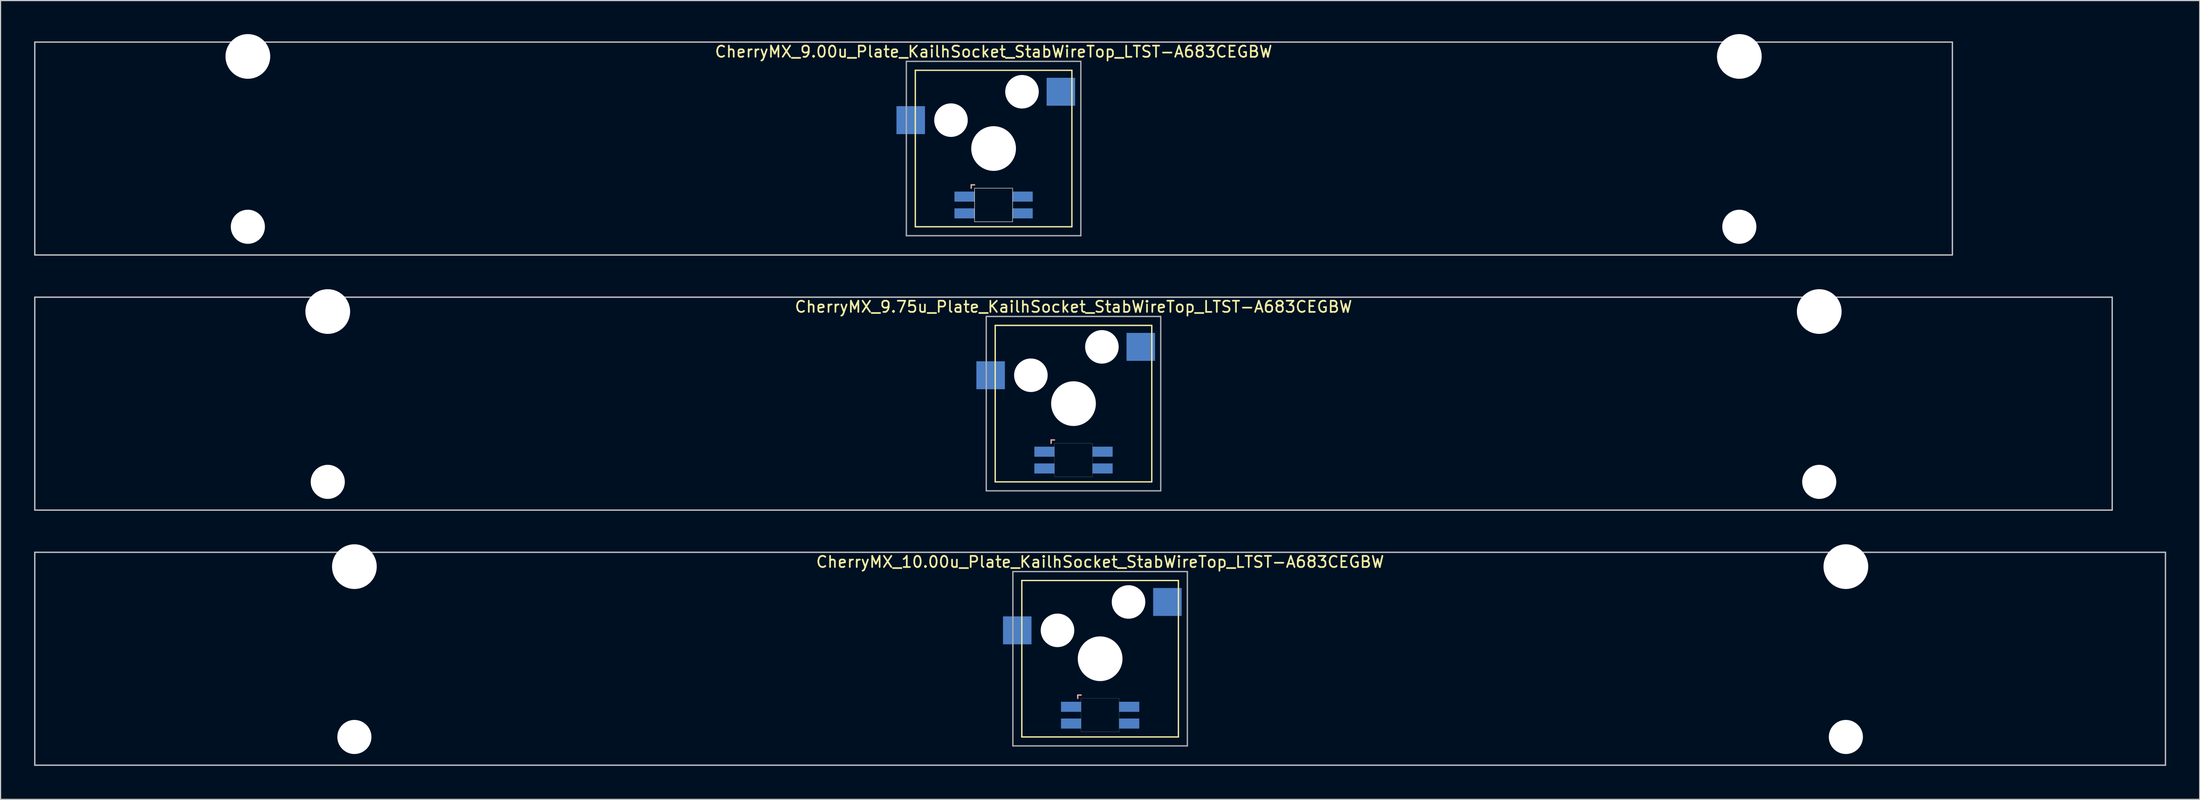
<source format=kicad_pcb>
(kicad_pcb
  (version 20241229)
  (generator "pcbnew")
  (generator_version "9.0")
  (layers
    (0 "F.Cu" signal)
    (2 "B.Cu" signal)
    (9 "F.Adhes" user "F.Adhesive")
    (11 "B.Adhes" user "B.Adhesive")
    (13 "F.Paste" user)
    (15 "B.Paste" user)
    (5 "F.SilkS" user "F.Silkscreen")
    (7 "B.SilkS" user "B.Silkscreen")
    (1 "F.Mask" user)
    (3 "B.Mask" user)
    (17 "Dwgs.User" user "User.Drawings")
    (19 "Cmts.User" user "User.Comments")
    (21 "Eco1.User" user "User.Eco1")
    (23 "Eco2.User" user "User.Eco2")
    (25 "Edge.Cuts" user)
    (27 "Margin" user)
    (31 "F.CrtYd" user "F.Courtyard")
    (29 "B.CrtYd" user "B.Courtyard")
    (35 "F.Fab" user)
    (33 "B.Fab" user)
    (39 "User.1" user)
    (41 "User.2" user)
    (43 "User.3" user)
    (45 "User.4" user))
  (footprint "CherryMX_9.00u_Plate_KailhSocket_StabWireTop_LTST-A683CEGBW"
    (layer "F.Cu")
    (at 85.785 10.24)
    (property "Reference" "CherryMX_9.00u_Plate_KailhSocket_StabWireTop_LTST-A683CEGBW" (at 0 -8.662 0) (layer "F.SilkS") (effects (font (size 1 1) (thickness 0.15))))
    (attr through_hole)
    (fp_line (start -7 -7) (end -7 7) (stroke (width 0.12) (type solid)) (layer "F.SilkS"))
    (fp_line (start -7 -7) (end 7 -7) (stroke (width 0.12) (type solid)) (layer "F.SilkS"))
    (fp_line (start 7 -7) (end 7 7) (stroke (width 0.12) (type solid)) (layer "F.SilkS"))
    (fp_line (start 7 7) (end -7 7) (stroke (width 0.12) (type solid)) (layer "F.SilkS"))
    (fp_line (start -2 3.25) (end -2 3.55) (stroke (width 0.12) (type solid)) (layer "B.SilkS"))
    (fp_line (start -1.7 3.25) (end -2 3.25) (stroke (width 0.12) (type solid)) (layer "B.SilkS"))
    (fp_line (start -85.725 -9.525) (end 85.725 -9.525) (stroke (width 0.12) (type solid)) (layer "Dwgs.User"))
    (fp_line (start -85.725 9.525) (end -85.725 -9.525) (stroke (width 0.12) (type solid)) (layer "Dwgs.User"))
    (fp_line (start 85.725 -9.525) (end 85.725 9.525) (stroke (width 0.12) (type solid)) (layer "Dwgs.User"))
    (fp_line (start 85.725 9.525) (end -85.725 9.525) (stroke (width 0.12) (type solid)) (layer "Dwgs.User"))
    (fp_line (start -1.7 3.55) (end 1.7 3.55) (stroke (width 0.05) (type solid)) (layer "Edge.Cuts"))
    (fp_line (start -1.7 6.55) (end -1.7 3.55) (stroke (width 0.05) (type solid)) (layer "Edge.Cuts"))
    (fp_line (start 1.7 3.55) (end 1.7 6.55) (stroke (width 0.05) (type solid)) (layer "Edge.Cuts"))
    (fp_line (start 1.7 6.55) (end -1.7 6.55) (stroke (width 0.05) (type solid)) (layer "Edge.Cuts"))
    (fp_line (start -7.8 -7.8) (end -7.8 7.8) (stroke (width 0.12) (type solid)) (layer "F.Fab"))
    (fp_line (start -7.8 -7.8) (end 7.8 -7.8) (stroke (width 0.12) (type solid)) (layer "F.Fab"))
    (fp_line (start -7.8 7.8) (end 7.8 7.8) (stroke (width 0.12) (type solid)) (layer "F.Fab"))
    (fp_line (start 7.8 -7.8) (end 7.8 7.8) (stroke (width 0.12) (type solid)) (layer "F.Fab"))
    (pad "" np_thru_hole circle (at -66.675 -8.24) (size 4 4) (drill 4) (layers "*.Cu" "*.Mask"))
    (pad "" np_thru_hole circle (at -66.675 7) (size 3.05 3.05) (drill 3.05) (layers "*.Cu" "*.Mask"))
    (pad "" np_thru_hole circle (at -3.81 -2.54) (size 3 3) (drill 3) (layers "*.Cu" "*.Mask"))
    (pad "" np_thru_hole circle (at 0 0) (size 4 4) (drill 4) (layers "*.Cu" "*.Mask"))
    (pad "" np_thru_hole circle (at 2.54 -5.08) (size 3 3) (drill 3) (layers "*.Cu" "*.Mask"))
    (pad "" np_thru_hole circle (at 66.675 -8.24) (size 4 4) (drill 4) (layers "*.Cu" "*.Mask"))
    (pad "" np_thru_hole circle (at 66.675 7) (size 3.05 3.05) (drill 3.05) (layers "*.Cu" "*.Mask"))
    (pad "1" smd rect (at -7.41 -2.54) (size 2.55 2.5) (layers "B.Cu" "B.Mask" "B.Paste"))
    (pad "2" smd rect (at 6.015 -5.08) (size 2.55 2.5) (layers "B.Cu" "B.Mask" "B.Paste"))
    (pad "3" smd rect (at -2.6 4.3) (size 1.8 0.9) (layers "B.Cu" "B.Mask" "B.Paste"))
    (pad "4" smd rect (at -2.6 5.8) (size 1.8 0.9) (layers "B.Cu" "B.Mask" "B.Paste"))
    (pad "5" smd rect (at 2.6 4.3) (size 1.8 0.9) (layers "B.Cu" "B.Mask" "B.Paste"))
    (pad "6" smd rect (at 2.6 5.8) (size 1.8 0.9) (layers "B.Cu" "B.Mask" "B.Paste")))
  (footprint "CherryMX_9.75u_Plate_KailhSocket_StabWireTop_LTST-A683CEGBW"
    (layer "F.Cu")
    (at 92.929 33.065)
    (property "Reference" "CherryMX_9.75u_Plate_KailhSocket_StabWireTop_LTST-A683CEGBW" (at 0 -8.662 0) (layer "F.SilkS") (effects (font (size 1 1) (thickness 0.15))))
    (attr through_hole)
    (fp_line (start -7 -7) (end -7 7) (stroke (width 0.12) (type solid)) (layer "F.SilkS"))
    (fp_line (start -7 -7) (end 7 -7) (stroke (width 0.12) (type solid)) (layer "F.SilkS"))
    (fp_line (start 7 -7) (end 7 7) (stroke (width 0.12) (type solid)) (layer "F.SilkS"))
    (fp_line (start 7 7) (end -7 7) (stroke (width 0.12) (type solid)) (layer "F.SilkS"))
    (fp_line (start -2 3.25) (end -2 3.55) (stroke (width 0.12) (type solid)) (layer "B.SilkS"))
    (fp_line (start -1.7 3.25) (end -2 3.25) (stroke (width 0.12) (type solid)) (layer "B.SilkS"))
    (fp_line (start -92.869 -9.525) (end 92.869 -9.525) (stroke (width 0.12) (type solid)) (layer "Dwgs.User"))
    (fp_line (start -92.869 9.525) (end -92.869 -9.525) (stroke (width 0.12) (type solid)) (layer "Dwgs.User"))
    (fp_line (start 92.869 -9.525) (end 92.869 9.525) (stroke (width 0.12) (type solid)) (layer "Dwgs.User"))
    (fp_line (start 92.869 9.525) (end -92.869 9.525) (stroke (width 0.12) (type solid)) (layer "Dwgs.User"))
    (fp_poly (pts (xy 1.7 6.55) (xy -1.7 6.55) (xy -1.7 3.55) (xy 1.7 3.55)) (stroke (width 0.01) (type solid)) (fill no) (layer "Edge.Cuts"))
    (fp_line (start -7.8 -7.8) (end -7.8 7.8) (stroke (width 0.12) (type solid)) (layer "F.Fab"))
    (fp_line (start -7.8 -7.8) (end 7.8 -7.8) (stroke (width 0.12) (type solid)) (layer "F.Fab"))
    (fp_line (start -7.8 7.8) (end 7.8 7.8) (stroke (width 0.12) (type solid)) (layer "F.Fab"))
    (fp_line (start 7.8 -7.8) (end 7.8 7.8) (stroke (width 0.12) (type solid)) (layer "F.Fab"))
    (pad "" np_thru_hole circle (at -66.675 -8.24) (size 4 4) (drill 4) (layers "*.Cu" "*.Mask"))
    (pad "" np_thru_hole circle (at -66.675 7) (size 3.05 3.05) (drill 3.05) (layers "*.Cu" "*.Mask"))
    (pad "" np_thru_hole circle (at -3.81 -2.54) (size 3 3) (drill 3) (layers "*.Cu" "*.Mask"))
    (pad "" np_thru_hole circle (at 0 0) (size 4 4) (drill 4) (layers "*.Cu" "*.Mask"))
    (pad "" np_thru_hole circle (at 2.54 -5.08) (size 3 3) (drill 3) (layers "*.Cu" "*.Mask"))
    (pad "" np_thru_hole circle (at 66.675 -8.24) (size 4 4) (drill 4) (layers "*.Cu" "*.Mask"))
    (pad "" np_thru_hole circle (at 66.675 7) (size 3.05 3.05) (drill 3.05) (layers "*.Cu" "*.Mask"))
    (pad "1" smd rect (at -7.41 -2.54) (size 2.55 2.5) (layers "B.Cu" "B.Mask" "B.Paste"))
    (pad "2" smd rect (at 6.015 -5.08) (size 2.55 2.5) (layers "B.Cu" "B.Mask" "B.Paste"))
    (pad "3" smd rect (at -2.6 4.3) (size 1.8 0.9) (layers "B.Cu" "B.Mask" "B.Paste"))
    (pad "4" smd rect (at -2.6 5.8) (size 1.8 0.9) (layers "B.Cu" "B.Mask" "B.Paste"))
    (pad "5" smd rect (at 2.6 4.3) (size 1.8 0.9) (layers "B.Cu" "B.Mask" "B.Paste"))
    (pad "6" smd rect (at 2.6 5.8) (size 1.8 0.9) (layers "B.Cu" "B.Mask" "B.Paste")))
  (footprint "CherryMX_10.00u_Plate_KailhSocket_StabWireTop_LTST-A683CEGBW"
    (layer "F.Cu")
    (at 95.31 55.89)
    (property "Reference" "CherryMX_10.00u_Plate_KailhSocket_StabWireTop_LTST-A683CEGBW" (at 0 -8.662 0) (layer "F.SilkS") (effects (font (size 1 1) (thickness 0.15))))
    (attr through_hole)
    (fp_line (start -7 -7) (end -7 7) (stroke (width 0.12) (type solid)) (layer "F.SilkS"))
    (fp_line (start -7 -7) (end 7 -7) (stroke (width 0.12) (type solid)) (layer "F.SilkS"))
    (fp_line (start 7 -7) (end 7 7) (stroke (width 0.12) (type solid)) (layer "F.SilkS"))
    (fp_line (start 7 7) (end -7 7) (stroke (width 0.12) (type solid)) (layer "F.SilkS"))
    (fp_line (start -2 3.25) (end -2 3.55) (stroke (width 0.12) (type solid)) (layer "B.SilkS"))
    (fp_line (start -1.7 3.25) (end -2 3.25) (stroke (width 0.12) (type solid)) (layer "B.SilkS"))
    (fp_line (start -95.25 -9.525) (end 95.25 -9.525) (stroke (width 0.12) (type solid)) (layer "Dwgs.User"))
    (fp_line (start -95.25 9.525) (end -95.25 -9.525) (stroke (width 0.12) (type solid)) (layer "Dwgs.User"))
    (fp_line (start 95.25 -9.525) (end 95.25 9.525) (stroke (width 0.12) (type solid)) (layer "Dwgs.User"))
    (fp_line (start 95.25 9.525) (end -95.25 9.525) (stroke (width 0.12) (type solid)) (layer "Dwgs.User"))
    (fp_poly (pts (xy 1.7 6.55) (xy -1.7 6.55) (xy -1.7 3.55) (xy 1.7 3.55)) (stroke (width 0.01) (type solid)) (fill no) (layer "Edge.Cuts"))
    (fp_line (start -7.8 -7.8) (end -7.8 7.8) (stroke (width 0.12) (type solid)) (layer "F.Fab"))
    (fp_line (start -7.8 -7.8) (end 7.8 -7.8) (stroke (width 0.12) (type solid)) (layer "F.Fab"))
    (fp_line (start -7.8 7.8) (end 7.8 7.8) (stroke (width 0.12) (type solid)) (layer "F.Fab"))
    (fp_line (start 7.8 -7.8) (end 7.8 7.8) (stroke (width 0.12) (type solid)) (layer "F.Fab"))
    (pad "" np_thru_hole circle (at -66.675 -8.24) (size 4 4) (drill 4) (layers "*.Cu" "*.Mask"))
    (pad "" np_thru_hole circle (at -66.675 7) (size 3.05 3.05) (drill 3.05) (layers "*.Cu" "*.Mask"))
    (pad "" np_thru_hole circle (at -3.81 -2.54) (size 3 3) (drill 3) (layers "*.Cu" "*.Mask"))
    (pad "" np_thru_hole circle (at 0 0) (size 4 4) (drill 4) (layers "*.Cu" "*.Mask"))
    (pad "" np_thru_hole circle (at 2.54 -5.08) (size 3 3) (drill 3) (layers "*.Cu" "*.Mask"))
    (pad "" np_thru_hole circle (at 66.675 -8.24) (size 4 4) (drill 4) (layers "*.Cu" "*.Mask"))
    (pad "" np_thru_hole circle (at 66.675 7) (size 3.05 3.05) (drill 3.05) (layers "*.Cu" "*.Mask"))
    (pad "1" smd rect (at -7.41 -2.54) (size 2.55 2.5) (layers "B.Cu" "B.Mask" "B.Paste"))
    (pad "2" smd rect (at 6.015 -5.08) (size 2.55 2.5) (layers "B.Cu" "B.Mask" "B.Paste"))
    (pad "3" smd rect (at -2.6 4.3) (size 1.8 0.9) (layers "B.Cu" "B.Mask" "B.Paste"))
    (pad "4" smd rect (at -2.6 5.8) (size 1.8 0.9) (layers "B.Cu" "B.Mask" "B.Paste"))
    (pad "5" smd rect (at 2.6 4.3) (size 1.8 0.9) (layers "B.Cu" "B.Mask" "B.Paste"))
    (pad "6" smd rect (at 2.6 5.8) (size 1.8 0.9) (layers "B.Cu" "B.Mask" "B.Paste")))
  (gr_rect
    (start -3 -3)
    (end 193.62 68.475)
    (stroke (width 0.1) (type default))
    (fill no)
    (layer "Edge.Cuts")))
</source>
